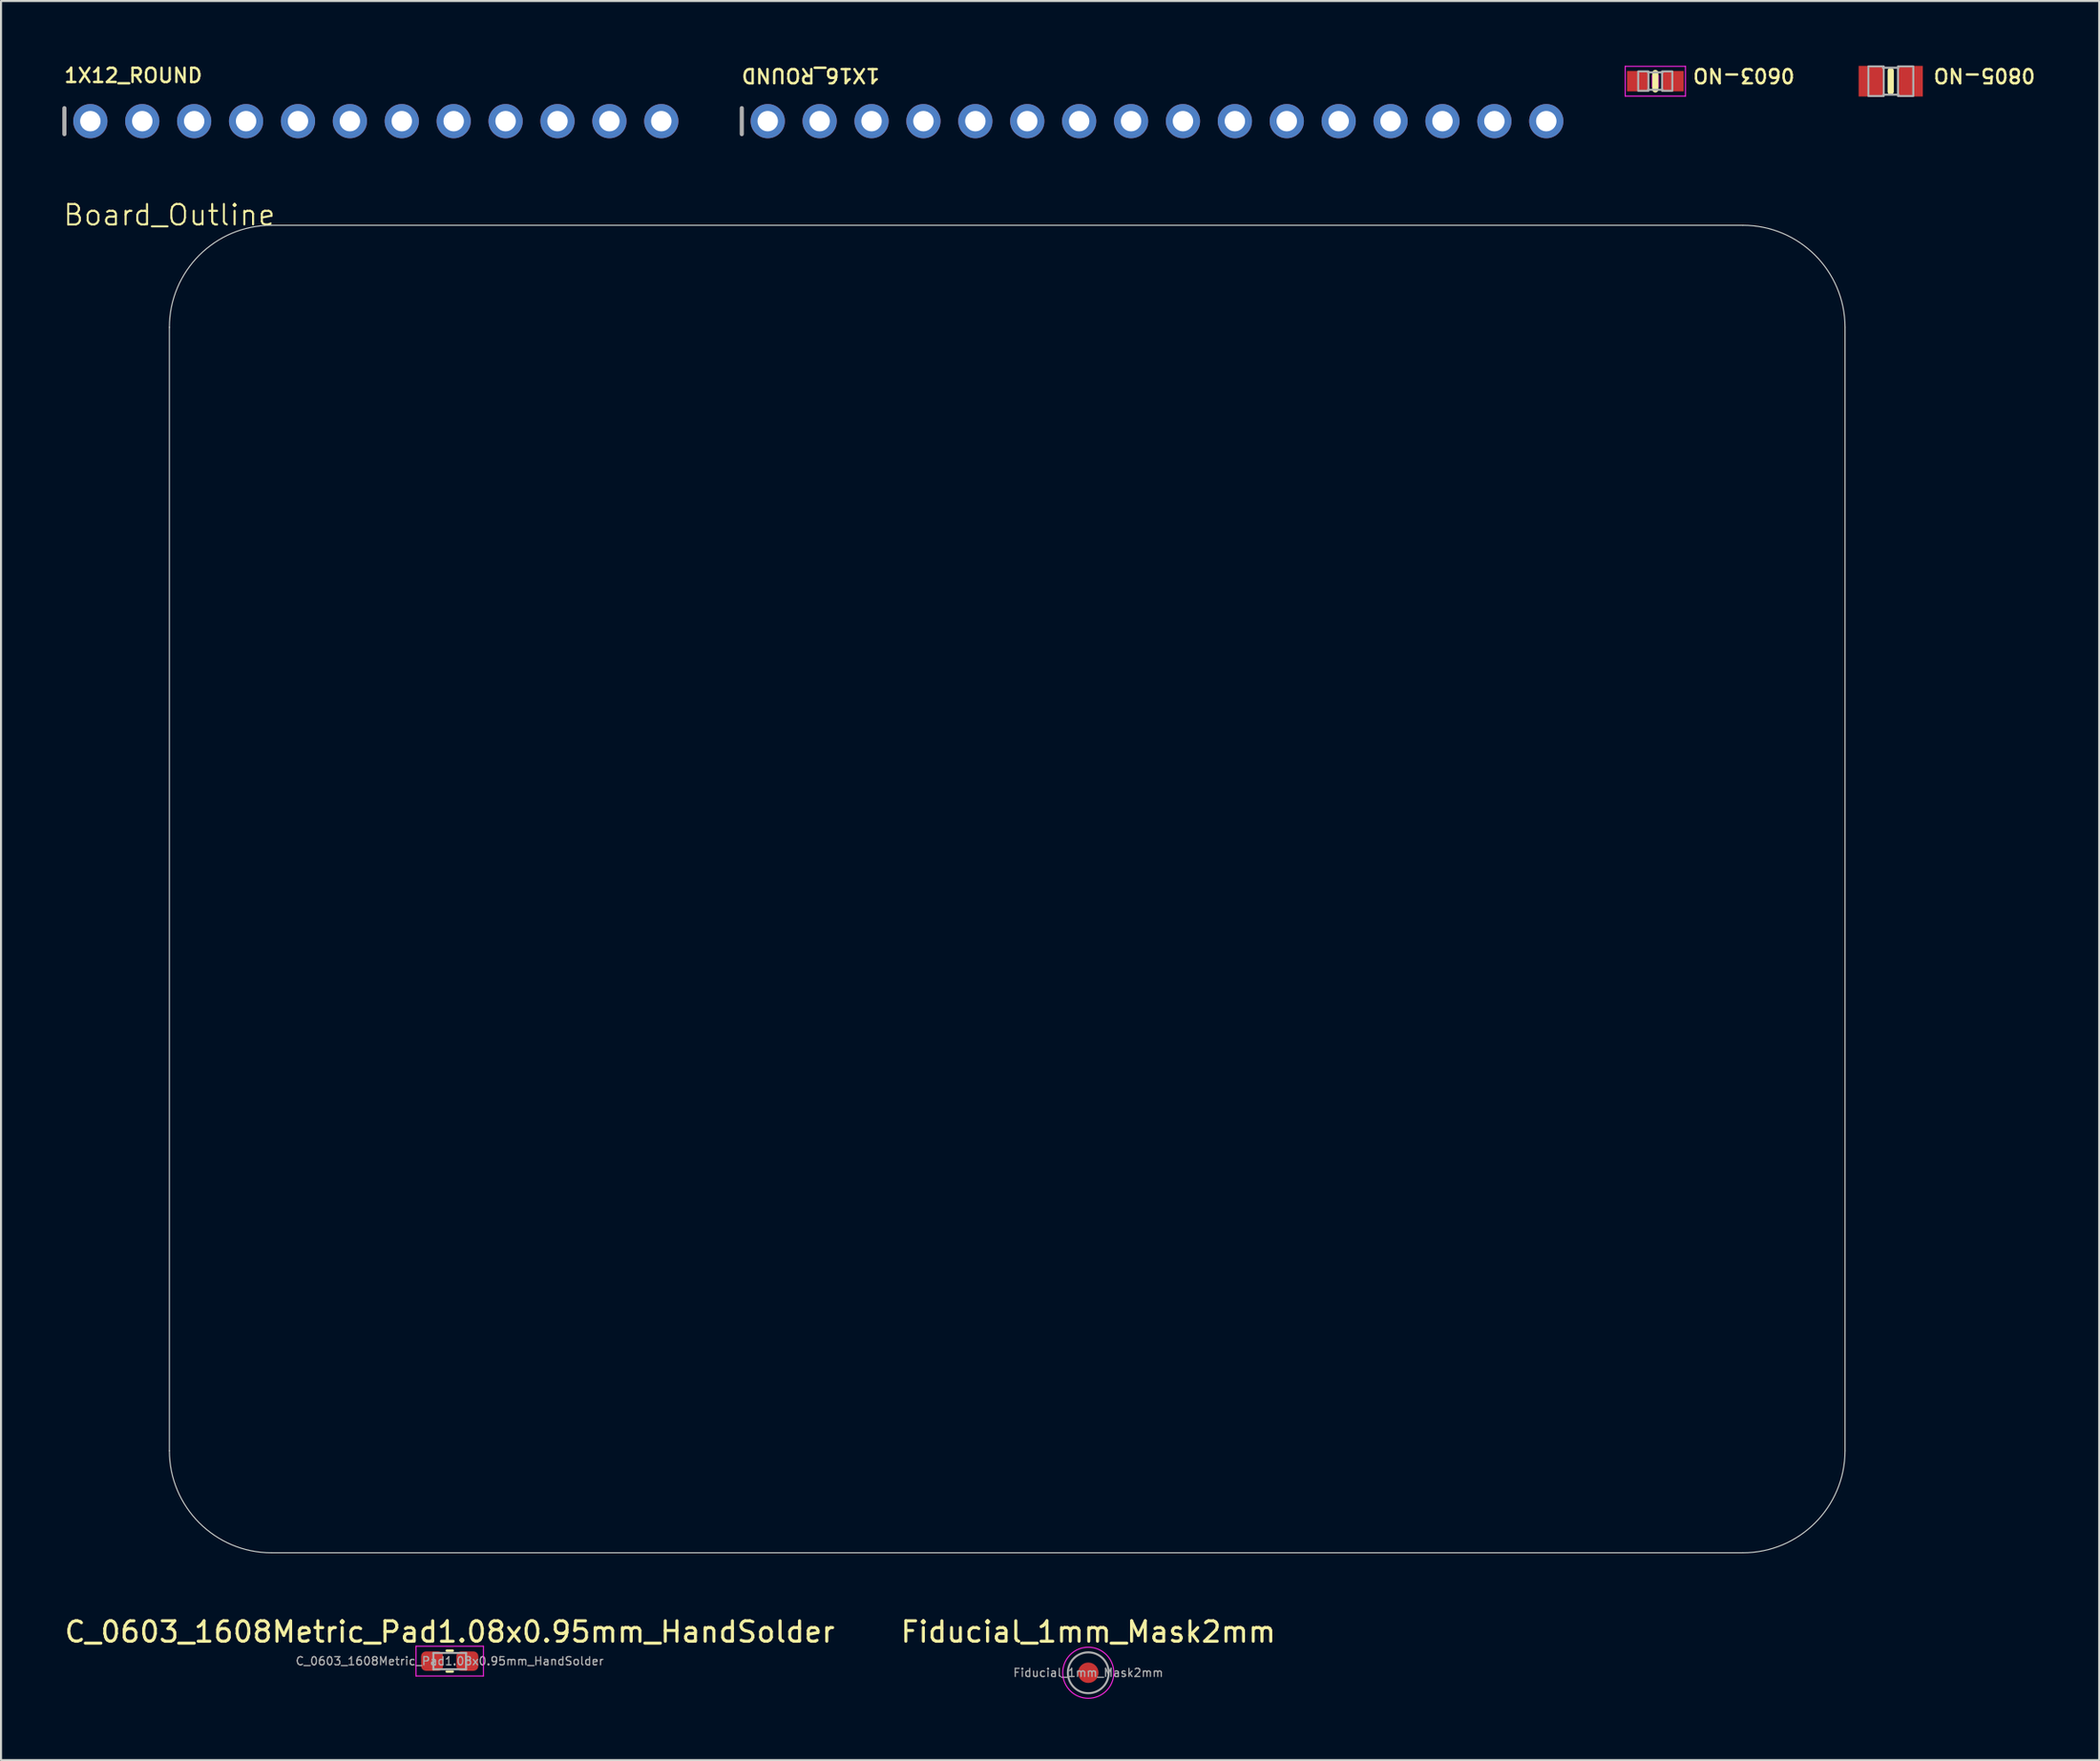
<source format=kicad_pcb>
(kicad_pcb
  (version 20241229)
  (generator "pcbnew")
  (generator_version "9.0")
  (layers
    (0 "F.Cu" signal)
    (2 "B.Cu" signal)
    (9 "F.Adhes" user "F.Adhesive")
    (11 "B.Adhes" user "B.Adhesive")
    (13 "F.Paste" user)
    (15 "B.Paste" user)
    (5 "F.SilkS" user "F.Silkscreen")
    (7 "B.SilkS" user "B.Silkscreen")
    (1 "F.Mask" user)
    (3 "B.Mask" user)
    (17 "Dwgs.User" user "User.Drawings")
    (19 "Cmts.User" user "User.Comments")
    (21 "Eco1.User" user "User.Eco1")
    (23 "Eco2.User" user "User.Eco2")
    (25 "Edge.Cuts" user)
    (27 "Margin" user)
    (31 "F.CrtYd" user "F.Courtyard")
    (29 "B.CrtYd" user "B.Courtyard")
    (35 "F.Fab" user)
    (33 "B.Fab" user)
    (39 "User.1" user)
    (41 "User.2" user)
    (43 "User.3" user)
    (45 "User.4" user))
  (footprint "C_0603_1608Metric_Pad1.08x0.95mm_HandSolder"
    (layer "F.Cu")
    (at 18.958 78.283)
    (property "Reference" "C_0603_1608Metric_Pad1.08x0.95mm_HandSolder" (at 0 -1.43 0) (layer "F.SilkS") (effects (font (size 1 1) (thickness 0.15))))
    (attr smd)
    (fp_line (start -0.146 -0.51) (end 0.146 -0.51) (stroke (width 0.12) (type solid)) (layer "F.SilkS"))
    (fp_line (start -0.146 0.51) (end 0.146 0.51) (stroke (width 0.12) (type solid)) (layer "F.SilkS"))
    (fp_line (start -1.65 -0.73) (end 1.65 -0.73) (stroke (width 0.05) (type solid)) (layer "F.CrtYd"))
    (fp_line (start -1.65 0.73) (end -1.65 -0.73) (stroke (width 0.05) (type solid)) (layer "F.CrtYd"))
    (fp_line (start 1.65 -0.73) (end 1.65 0.73) (stroke (width 0.05) (type solid)) (layer "F.CrtYd"))
    (fp_line (start 1.65 0.73) (end -1.65 0.73) (stroke (width 0.05) (type solid)) (layer "F.CrtYd"))
    (fp_line (start -0.8 -0.4) (end 0.8 -0.4) (stroke (width 0.1) (type solid)) (layer "F.Fab"))
    (fp_line (start -0.8 0.4) (end -0.8 -0.4) (stroke (width 0.1) (type solid)) (layer "F.Fab"))
    (fp_line (start 0.8 -0.4) (end 0.8 0.4) (stroke (width 0.1) (type solid)) (layer "F.Fab"))
    (fp_line (start 0.8 0.4) (end -0.8 0.4) (stroke (width 0.1) (type solid)) (layer "F.Fab"))
    (fp_text user "${REFERENCE}" (at 0 0 0) (layer "F.Fab") (effects (font (size 0.4 0.4) (thickness 0.06))))
    (pad "1" smd roundrect (at -0.863 0) (size 1.075 0.95) (layers "F.Cu" "F.Mask" "F.Paste") (roundrect_rratio 0.25))
    (pad "2" smd roundrect (at 0.863 0) (size 1.075 0.95) (layers "F.Cu" "F.Mask" "F.Paste") (roundrect_rratio 0.25)))
  (footprint "Board_Outline"
    (layer "F.Cu")
    (at 5.24 7.98)
    (property "Reference" "Board_Outline" (at 0 -0.5 0) (unlocked yes) (layer "F.SilkS") (effects (font (size 1 1) (thickness 0.1))))
    (fp_line (start 0 60) (end 0 5) (stroke (width 0.05) (type default)) (layer "Edge.Cuts"))
    (fp_line (start 5 0) (end 77 0) (stroke (width 0.05) (type default)) (layer "Edge.Cuts"))
    (fp_line (start 77 65) (end 5 65) (stroke (width 0.05) (type default)) (layer "Edge.Cuts"))
    (fp_line (start 82 5) (end 82 60) (stroke (width 0.05) (type default)) (layer "Edge.Cuts"))
    (fp_arc (start 0 5) (mid 1.464466 1.464466) (end 5 0) (stroke (width 0.05) (type default)) (layer "Edge.Cuts"))
    (fp_arc (start 5 65) (mid 1.464466 63.535534) (end 0 60) (stroke (width 0.05) (type default)) (layer "Edge.Cuts"))
    (fp_arc (start 77 0) (mid 80.535534 1.464466) (end 82 5) (stroke (width 0.05) (type default)) (layer "Edge.Cuts"))
    (fp_arc (start 82 60) (mid 80.535534 63.535534) (end 77 65) (stroke (width 0.05) (type default)) (layer "Edge.Cuts")))
  (footprint "1X12_ROUND"
    (layer "F.Cu")
    (at 15.342 2.882)
    (property "Reference" "1X12_ROUND" (at -15.316 -1.829 0) (unlocked yes) (layer "F.SilkS") (effects (font (size 0.693 0.693) (thickness 0.12)) (justify left bottom)))
    (fp_line (start -15.24 -0.635) (end -15.24 0.635) (stroke (width 0.203) (type solid)) (layer "F.Fab"))
    (fp_poly (pts (xy -14.224 0.254) (xy -13.716 0.254) (xy -13.716 -0.254) (xy -14.224 -0.254)) (stroke (width 0.1) (type default)) (fill no) (layer "F.Fab"))
    (fp_poly (pts (xy -11.684 0.254) (xy -11.176 0.254) (xy -11.176 -0.254) (xy -11.684 -0.254)) (stroke (width 0.1) (type default)) (fill no) (layer "F.Fab"))
    (fp_poly (pts (xy -9.144 0.254) (xy -8.636 0.254) (xy -8.636 -0.254) (xy -9.144 -0.254)) (stroke (width 0.1) (type default)) (fill no) (layer "F.Fab"))
    (fp_poly (pts (xy -6.604 0.254) (xy -6.096 0.254) (xy -6.096 -0.254) (xy -6.604 -0.254)) (stroke (width 0.1) (type default)) (fill no) (layer "F.Fab"))
    (fp_poly (pts (xy -4.064 0.254) (xy -3.556 0.254) (xy -3.556 -0.254) (xy -4.064 -0.254)) (stroke (width 0.1) (type default)) (fill no) (layer "F.Fab"))
    (fp_poly (pts (xy -1.524 0.254) (xy -1.016 0.254) (xy -1.016 -0.254) (xy -1.524 -0.254)) (stroke (width 0.1) (type default)) (fill no) (layer "F.Fab"))
    (fp_poly (pts (xy 1.016 0.254) (xy 1.524 0.254) (xy 1.524 -0.254) (xy 1.016 -0.254)) (stroke (width 0.1) (type default)) (fill no) (layer "F.Fab"))
    (fp_poly (pts (xy 3.556 0.254) (xy 4.064 0.254) (xy 4.064 -0.254) (xy 3.556 -0.254)) (stroke (width 0.1) (type default)) (fill no) (layer "F.Fab"))
    (fp_poly (pts (xy 6.096 0.254) (xy 6.604 0.254) (xy 6.604 -0.254) (xy 6.096 -0.254)) (stroke (width 0.1) (type default)) (fill no) (layer "F.Fab"))
    (fp_poly (pts (xy 8.636 0.254) (xy 9.144 0.254) (xy 9.144 -0.254) (xy 8.636 -0.254)) (stroke (width 0.1) (type default)) (fill no) (layer "F.Fab"))
    (fp_poly (pts (xy 11.176 0.254) (xy 11.684 0.254) (xy 11.684 -0.254) (xy 11.176 -0.254)) (stroke (width 0.1) (type default)) (fill no) (layer "F.Fab"))
    (fp_poly (pts (xy 13.716 0.254) (xy 14.224 0.254) (xy 14.224 -0.254) (xy 13.716 -0.254)) (stroke (width 0.1) (type default)) (fill no) (layer "F.Fab"))
    (pad "1" thru_hole circle (at -13.97 0 90) (size 1.676 1.676) (drill 1) (layers "*.Cu" "*.Mask"))
    (pad "2" thru_hole circle (at -11.43 0 90) (size 1.676 1.676) (drill 1) (layers "*.Cu" "*.Mask"))
    (pad "3" thru_hole circle (at -8.89 0 90) (size 1.676 1.676) (drill 1) (layers "*.Cu" "*.Mask"))
    (pad "4" thru_hole circle (at -6.35 0 90) (size 1.676 1.676) (drill 1) (layers "*.Cu" "*.Mask"))
    (pad "5" thru_hole circle (at -3.81 0 90) (size 1.676 1.676) (drill 1) (layers "*.Cu" "*.Mask"))
    (pad "6" thru_hole circle (at -1.27 0 90) (size 1.676 1.676) (drill 1) (layers "*.Cu" "*.Mask"))
    (pad "7" thru_hole circle (at 1.27 0 90) (size 1.676 1.676) (drill 1) (layers "*.Cu" "*.Mask"))
    (pad "8" thru_hole circle (at 3.81 0 90) (size 1.676 1.676) (drill 1) (layers "*.Cu" "*.Mask"))
    (pad "9" thru_hole circle (at 6.35 0 90) (size 1.676 1.676) (drill 1) (layers "*.Cu" "*.Mask"))
    (pad "10" thru_hole circle (at 8.89 0 90) (size 1.676 1.676) (drill 1) (layers "*.Cu" "*.Mask"))
    (pad "11" thru_hole circle (at 11.43 0 90) (size 1.676 1.676) (drill 1) (layers "*.Cu" "*.Mask"))
    (pad "12" thru_hole circle (at 13.97 0 90) (size 1.676 1.676) (drill 1) (layers "*.Cu" "*.Mask")))
  (footprint "0603-NO"
    (layer "F.Cu")
    (at 77.958 0.926)
    (property "Reference" "0603-NO" (at 1.778 0.127 180) (unlocked yes) (layer "F.SilkS") (effects (font (size 0.693 0.693) (thickness 0.12)) (justify right top)))
    (fp_line (start 0 -0.4) (end 0 0.4) (stroke (width 0.305) (type solid)) (layer "F.SilkS"))
    (fp_poly (pts (xy -0.2 0.3) (xy 0.2 0.3) (xy 0.2 -0.3) (xy -0.2 -0.3)) (stroke (width 0) (type default)) (fill yes) (layer "F.Adhes"))
    (fp_line (start -1.473 -0.729) (end 1.473 -0.729) (stroke (width 0.051) (type solid)) (layer "F.CrtYd"))
    (fp_line (start -1.473 0.729) (end -1.473 -0.729) (stroke (width 0.051) (type solid)) (layer "F.CrtYd"))
    (fp_line (start 1.473 -0.729) (end 1.473 0.729) (stroke (width 0.051) (type solid)) (layer "F.CrtYd"))
    (fp_line (start 1.473 0.729) (end -1.473 0.729) (stroke (width 0.051) (type solid)) (layer "F.CrtYd"))
    (fp_line (start -0.356 -0.432) (end 0.356 -0.432) (stroke (width 0.102) (type solid)) (layer "F.Fab"))
    (fp_line (start -0.356 0.419) (end 0.356 0.419) (stroke (width 0.102) (type solid)) (layer "F.Fab"))
    (fp_poly (pts (xy -0.838 0.47) (xy -0.338 0.47) (xy -0.338 -0.48) (xy -0.838 -0.48)) (stroke (width 0.1) (type default)) (fill no) (layer "F.Fab"))
    (fp_poly (pts (xy 0.33 0.47) (xy 0.83 0.47) (xy 0.83 -0.48) (xy 0.33 -0.48)) (stroke (width 0.1) (type default)) (fill no) (layer "F.Fab"))
    (pad "1" smd rect (at -0.85 0) (size 1.075 1) (layers "F.Cu" "F.Mask" "F.Paste"))
    (pad "2" smd rect (at 0.85 0) (size 1.075 1) (layers "F.Cu" "F.Mask" "F.Paste")))
  (footprint "Fiducial_1mm_Mask2mm"
    (layer "F.Cu")
    (at 50.208 78.853)
    (property "Reference" "Fiducial_1mm_Mask2mm" (at 0 -2 0) (layer "F.SilkS") (effects (font (size 1 1) (thickness 0.15))))
    (attr smd exclude_from_bom)
    (fp_circle (center 0 0) (end 1.25 0) (stroke (width 0.05) (type solid)) (fill no) (layer "F.CrtYd"))
    (fp_circle (center 0 0) (end 1 0) (stroke (width 0.1) (type solid)) (fill no) (layer "F.Fab"))
    (fp_text user "${REFERENCE}" (at 0 0 0) (layer "F.Fab") (effects (font (size 0.4 0.4) (thickness 0.06))))
    (pad "" smd circle (at 0 0) (size 1 1) (layers "F.Cu" "F.Mask")))
  (footprint "1X16_ROUND"
    (layer "F.Cu")
    (at 53.571 2.882)
    (property "Reference" "1X16_ROUND" (at -20.396 -1.829 180) (unlocked yes) (layer "F.SilkS") (effects (font (size 0.693 0.693) (thickness 0.12)) (justify right top)))
    (fp_line (start -20.32 -0.635) (end -20.32 0.635) (stroke (width 0.203) (type solid)) (layer "F.Fab"))
    (fp_poly (pts (xy -19.304 0.254) (xy -18.796 0.254) (xy -18.796 -0.254) (xy -19.304 -0.254)) (stroke (width 0.1) (type default)) (fill no) (layer "F.Fab"))
    (fp_poly (pts (xy -16.764 0.254) (xy -16.256 0.254) (xy -16.256 -0.254) (xy -16.764 -0.254)) (stroke (width 0.1) (type default)) (fill no) (layer "F.Fab"))
    (fp_poly (pts (xy -14.224 0.254) (xy -13.716 0.254) (xy -13.716 -0.254) (xy -14.224 -0.254)) (stroke (width 0.1) (type default)) (fill no) (layer "F.Fab"))
    (fp_poly (pts (xy -11.684 0.254) (xy -11.176 0.254) (xy -11.176 -0.254) (xy -11.684 -0.254)) (stroke (width 0.1) (type default)) (fill no) (layer "F.Fab"))
    (fp_poly (pts (xy -9.144 0.254) (xy -8.636 0.254) (xy -8.636 -0.254) (xy -9.144 -0.254)) (stroke (width 0.1) (type default)) (fill no) (layer "F.Fab"))
    (fp_poly (pts (xy -6.604 0.254) (xy -6.096 0.254) (xy -6.096 -0.254) (xy -6.604 -0.254)) (stroke (width 0.1) (type default)) (fill no) (layer "F.Fab"))
    (fp_poly (pts (xy -4.064 0.254) (xy -3.556 0.254) (xy -3.556 -0.254) (xy -4.064 -0.254)) (stroke (width 0.1) (type default)) (fill no) (layer "F.Fab"))
    (fp_poly (pts (xy -1.524 0.254) (xy -1.016 0.254) (xy -1.016 -0.254) (xy -1.524 -0.254)) (stroke (width 0.1) (type default)) (fill no) (layer "F.Fab"))
    (fp_poly (pts (xy 1.016 0.254) (xy 1.524 0.254) (xy 1.524 -0.254) (xy 1.016 -0.254)) (stroke (width 0.1) (type default)) (fill no) (layer "F.Fab"))
    (fp_poly (pts (xy 3.556 0.254) (xy 4.064 0.254) (xy 4.064 -0.254) (xy 3.556 -0.254)) (stroke (width 0.1) (type default)) (fill no) (layer "F.Fab"))
    (fp_poly (pts (xy 6.096 0.254) (xy 6.604 0.254) (xy 6.604 -0.254) (xy 6.096 -0.254)) (stroke (width 0.1) (type default)) (fill no) (layer "F.Fab"))
    (fp_poly (pts (xy 8.636 0.254) (xy 9.144 0.254) (xy 9.144 -0.254) (xy 8.636 -0.254)) (stroke (width 0.1) (type default)) (fill no) (layer "F.Fab"))
    (fp_poly (pts (xy 11.176 0.254) (xy 11.684 0.254) (xy 11.684 -0.254) (xy 11.176 -0.254)) (stroke (width 0.1) (type default)) (fill no) (layer "F.Fab"))
    (fp_poly (pts (xy 13.716 0.254) (xy 14.224 0.254) (xy 14.224 -0.254) (xy 13.716 -0.254)) (stroke (width 0.1) (type default)) (fill no) (layer "F.Fab"))
    (fp_poly (pts (xy 16.256 0.254) (xy 16.764 0.254) (xy 16.764 -0.254) (xy 16.256 -0.254)) (stroke (width 0.1) (type default)) (fill no) (layer "F.Fab"))
    (fp_poly (pts (xy 18.796 0.254) (xy 19.304 0.254) (xy 19.304 -0.254) (xy 18.796 -0.254)) (stroke (width 0.1) (type default)) (fill no) (layer "F.Fab"))
    (pad "1" thru_hole circle (at -19.05 0 90) (size 1.676 1.676) (drill 1) (layers "*.Cu" "*.Mask"))
    (pad "2" thru_hole circle (at -16.51 0 90) (size 1.676 1.676) (drill 1) (layers "*.Cu" "*.Mask"))
    (pad "3" thru_hole circle (at -13.97 0 90) (size 1.676 1.676) (drill 1) (layers "*.Cu" "*.Mask"))
    (pad "4" thru_hole circle (at -11.43 0 90) (size 1.676 1.676) (drill 1) (layers "*.Cu" "*.Mask"))
    (pad "5" thru_hole circle (at -8.89 0 90) (size 1.676 1.676) (drill 1) (layers "*.Cu" "*.Mask"))
    (pad "6" thru_hole circle (at -6.35 0 90) (size 1.676 1.676) (drill 1) (layers "*.Cu" "*.Mask"))
    (pad "7" thru_hole circle (at -3.81 0 90) (size 1.676 1.676) (drill 1) (layers "*.Cu" "*.Mask"))
    (pad "8" thru_hole circle (at -1.27 0 90) (size 1.676 1.676) (drill 1) (layers "*.Cu" "*.Mask"))
    (pad "9" thru_hole circle (at 1.27 0 90) (size 1.676 1.676) (drill 1) (layers "*.Cu" "*.Mask"))
    (pad "10" thru_hole circle (at 3.81 0 90) (size 1.676 1.676) (drill 1) (layers "*.Cu" "*.Mask"))
    (pad "11" thru_hole circle (at 6.35 0 90) (size 1.676 1.676) (drill 1) (layers "*.Cu" "*.Mask"))
    (pad "12" thru_hole circle (at 8.89 0 90) (size 1.676 1.676) (drill 1) (layers "*.Cu" "*.Mask"))
    (pad "13" thru_hole circle (at 11.43 0 90) (size 1.676 1.676) (drill 1) (layers "*.Cu" "*.Mask"))
    (pad "14" thru_hole circle (at 13.97 0 90) (size 1.676 1.676) (drill 1) (layers "*.Cu" "*.Mask"))
    (pad "15" thru_hole circle (at 16.51 0 90) (size 1.676 1.676) (drill 1) (layers "*.Cu" "*.Mask"))
    (pad "16" thru_hole circle (at 19.05 0 90) (size 1.676 1.676) (drill 1) (layers "*.Cu" "*.Mask")))
  (footprint "0805-NO"
    (layer "F.Cu")
    (at 89.476 0.926)
    (property "Reference" "0805-NO" (at 2.032 0.127 180) (unlocked yes) (layer "F.SilkS") (effects (font (size 0.693 0.693) (thickness 0.12)) (justify right top)))
    (fp_line (start 0 -0.508) (end 0 0.508) (stroke (width 0.305) (type solid)) (layer "F.SilkS"))
    (fp_line (start -0.381 -0.66) (end 0.381 -0.66) (stroke (width 0.102) (type solid)) (layer "F.Fab"))
    (fp_line (start -0.356 0.66) (end 0.381 0.66) (stroke (width 0.102) (type solid)) (layer "F.Fab"))
    (fp_poly (pts (xy -1.092 0.724) (xy -0.342 0.724) (xy -0.342 -0.726) (xy -1.092 -0.726)) (stroke (width 0.1) (type default)) (fill no) (layer "F.Fab"))
    (fp_poly (pts (xy 0.356 0.724) (xy 1.106 0.724) (xy 1.106 -0.726) (xy 0.356 -0.726)) (stroke (width 0.1) (type default)) (fill no) (layer "F.Fab"))
    (pad "1" smd rect (at -0.95 0) (size 1.24 1.5) (layers "F.Cu" "F.Mask" "F.Paste"))
    (pad "2" smd rect (at 0.95 0) (size 1.24 1.5) (layers "F.Cu" "F.Mask" "F.Paste")))
  (gr_rect
    (start -3 -3)
    (end 99.678 83.128)
    (stroke (width 0.1) (type default))
    (fill no)
    (layer "Edge.Cuts")))
</source>
